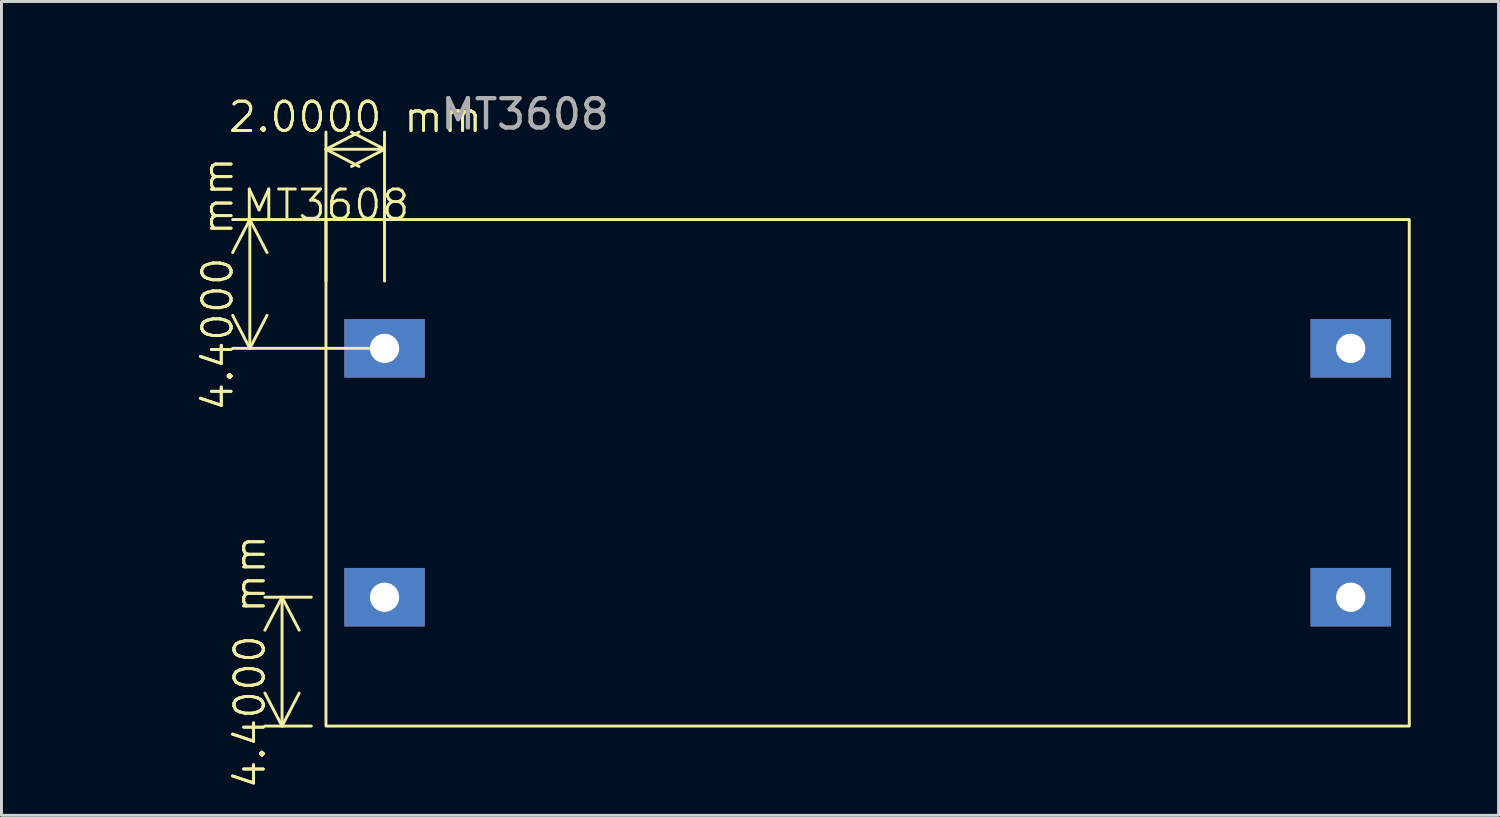
<source format=kicad_pcb>
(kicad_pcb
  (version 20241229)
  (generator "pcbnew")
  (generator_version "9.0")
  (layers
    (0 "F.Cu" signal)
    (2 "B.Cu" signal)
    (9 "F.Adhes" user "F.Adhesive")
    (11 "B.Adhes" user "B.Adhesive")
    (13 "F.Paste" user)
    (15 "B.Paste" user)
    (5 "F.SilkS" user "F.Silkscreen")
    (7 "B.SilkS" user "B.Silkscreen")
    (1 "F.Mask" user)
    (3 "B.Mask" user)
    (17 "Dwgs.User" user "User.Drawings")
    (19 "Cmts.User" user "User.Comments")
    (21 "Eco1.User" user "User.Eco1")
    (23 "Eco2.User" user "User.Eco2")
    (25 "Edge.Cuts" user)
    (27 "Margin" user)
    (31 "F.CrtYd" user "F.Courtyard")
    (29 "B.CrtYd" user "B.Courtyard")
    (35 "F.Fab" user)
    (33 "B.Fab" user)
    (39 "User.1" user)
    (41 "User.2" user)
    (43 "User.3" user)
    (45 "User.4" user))
  (footprint "MT3608"
    (layer "F.Cu")
    (at 8.083 4.448)
    (property "Reference" "MT3608" (at 0 -0.5 0) (unlocked yes) (layer "F.SilkS") (effects (font (size 1 1) (thickness 0.1))))
    (attr through_hole)
    (fp_rect (start 0 0) (end 37 17.3) (stroke (width 0.1) (type default)) (fill no) (layer "F.SilkS"))
    (fp_text user "${REFERENCE}" (at 6.8 -3.6 0) (unlocked yes) (layer "F.Fab") (effects (font (size 1 1) (thickness 0.15))))
    (dimension (type aligned) (layer "F.SilkS") (pts (xy 8.083 21.748) (xy 8.083 17.348)) (height -1.5) (format (prefix "") (suffix "") (units 3) (units_format 1) (precision 4)) (style (thickness 0.1) (arrow_length 1.27) (text_position_mode 0) (arrow_direction outward) (extension_height 0.586) (extension_offset 0.5) (keep_text_aligned yes)) (gr_text "4.4000 mm" (at 5.483 19.548 90) (layer "F.SilkS") (effects (font (size 1 1) (thickness 0.1)))))
    (dimension (type aligned) (layer "F.SilkS") (pts (xy 10.083 4.448) (xy 10.083 8.848)) (height 4.6) (format (prefix "") (suffix "") (units 3) (units_format 1) (precision 4)) (style (thickness 0.1) (arrow_length 1.27) (text_position_mode 0) (arrow_direction outward) (extension_height 0.586) (extension_offset 0.5) (keep_text_aligned yes)) (gr_text "4.4000 mm" (at 4.383 6.648 90) (layer "F.SilkS") (effects (font (size 1 1) (thickness 0.1)))))
    (dimension (type aligned) (layer "F.SilkS") (pts (xy 8.083 7.048) (xy 10.083 7.048)) (height -5) (format (prefix "") (suffix "") (units 3) (units_format 1) (precision 4)) (style (thickness 0.1) (arrow_length 1.27) (text_position_mode 0) (arrow_direction outward) (extension_height 0.586) (extension_offset 0.5) (keep_text_aligned yes)) (gr_text "2.0000 mm" (at 9.083 0.948 0) (layer "F.SilkS") (effects (font (size 1 1) (thickness 0.1)))))
    (pad "1" thru_hole rect (at 2 4.4) (size 2.748 1.999) (drill 1) (layers "*.Cu" "*.Mask"))
    (pad "2" thru_hole rect (at 2 12.9) (size 2.748 1.999) (drill 1) (layers "*.Cu" "*.Mask"))
    (pad "3" thru_hole rect (at 35 4.4) (size 2.748 1.999) (drill 1) (layers "*.Cu" "*.Mask"))
    (pad "4" thru_hole rect (at 35 12.9) (size 2.748 1.999) (drill 1) (layers "*.Cu" "*.Mask")))
  (gr_rect
    (start -3 -3)
    (end 48.133 24.798)
    (stroke (width 0.1) (type default))
    (fill no)
    (layer "Edge.Cuts")))
</source>
